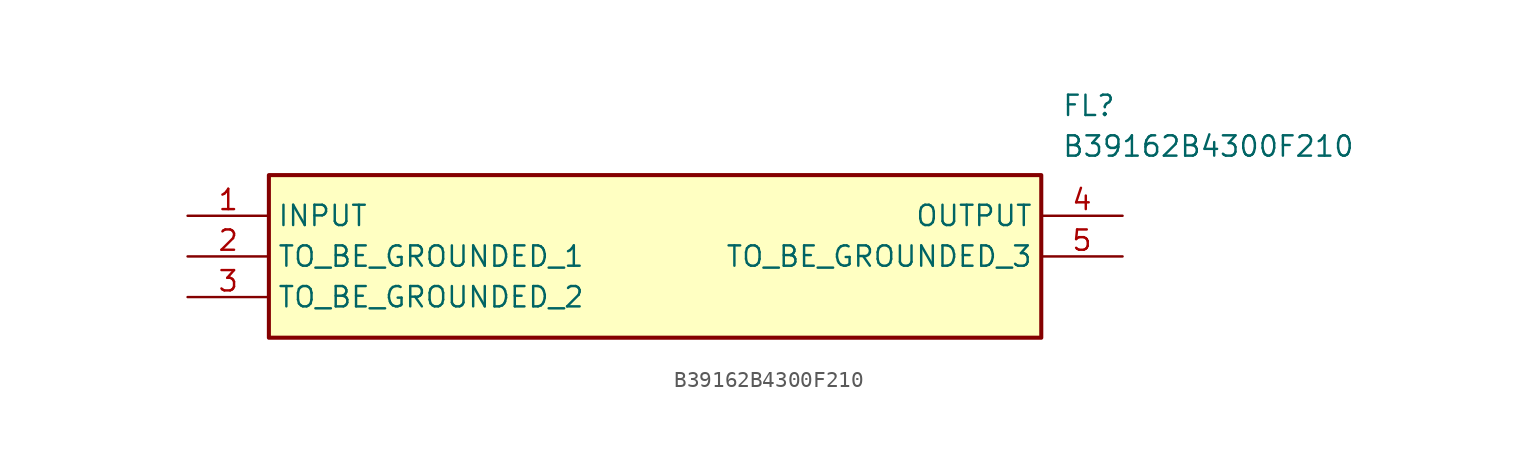
<source format=kicad_sym>
(kicad_symbol_lib
  (version 20211014)
  (generator SamacSys_ECAD_Model)
  (symbol "B39162B4300F210"
    (property "Reference" "FL"
      (at 54.61 7.62 0)
      (effects (font (size 1.27 1.27)) (justify left top)))
    (property "Value" "B39162B4300F210"
      (at 54.61 5.08 0)
      (effects (font (size 1.27 1.27)) (justify left top)))
    (rectangle
      (start 5.08 2.54)
      (end 53.34 -7.62)
      (stroke (width 0.254) (type default))
      (fill (type background)))
    (pin passive line
      (at 0 0 0)
      (length 5.08)
      (name "INPUT" (effects (font (size 1.27 1.27))))
      (number "1" (effects (font (size 1.27 1.27)))))
    (pin passive line
      (at 0 -2.54 0)
      (length 5.08)
      (name "TO_BE_GROUNDED_1" (effects (font (size 1.27 1.27))))
      (number "2" (effects (font (size 1.27 1.27)))))
    (pin passive line
      (at 0 -5.08 0)
      (length 5.08)
      (name "TO_BE_GROUNDED_2" (effects (font (size 1.27 1.27))))
      (number "3" (effects (font (size 1.27 1.27)))))
    (pin passive line
      (at 58.42 0 180)
      (length 5.08)
      (name "OUTPUT" (effects (font (size 1.27 1.27))))
      (number "4" (effects (font (size 1.27 1.27)))))
    (pin passive line
      (at 58.42 -2.54 180)
      (length 5.08)
      (name "TO_BE_GROUNDED_3" (effects (font (size 1.27 1.27))))
      (number "5" (effects (font (size 1.27 1.27)))))))
</source>
